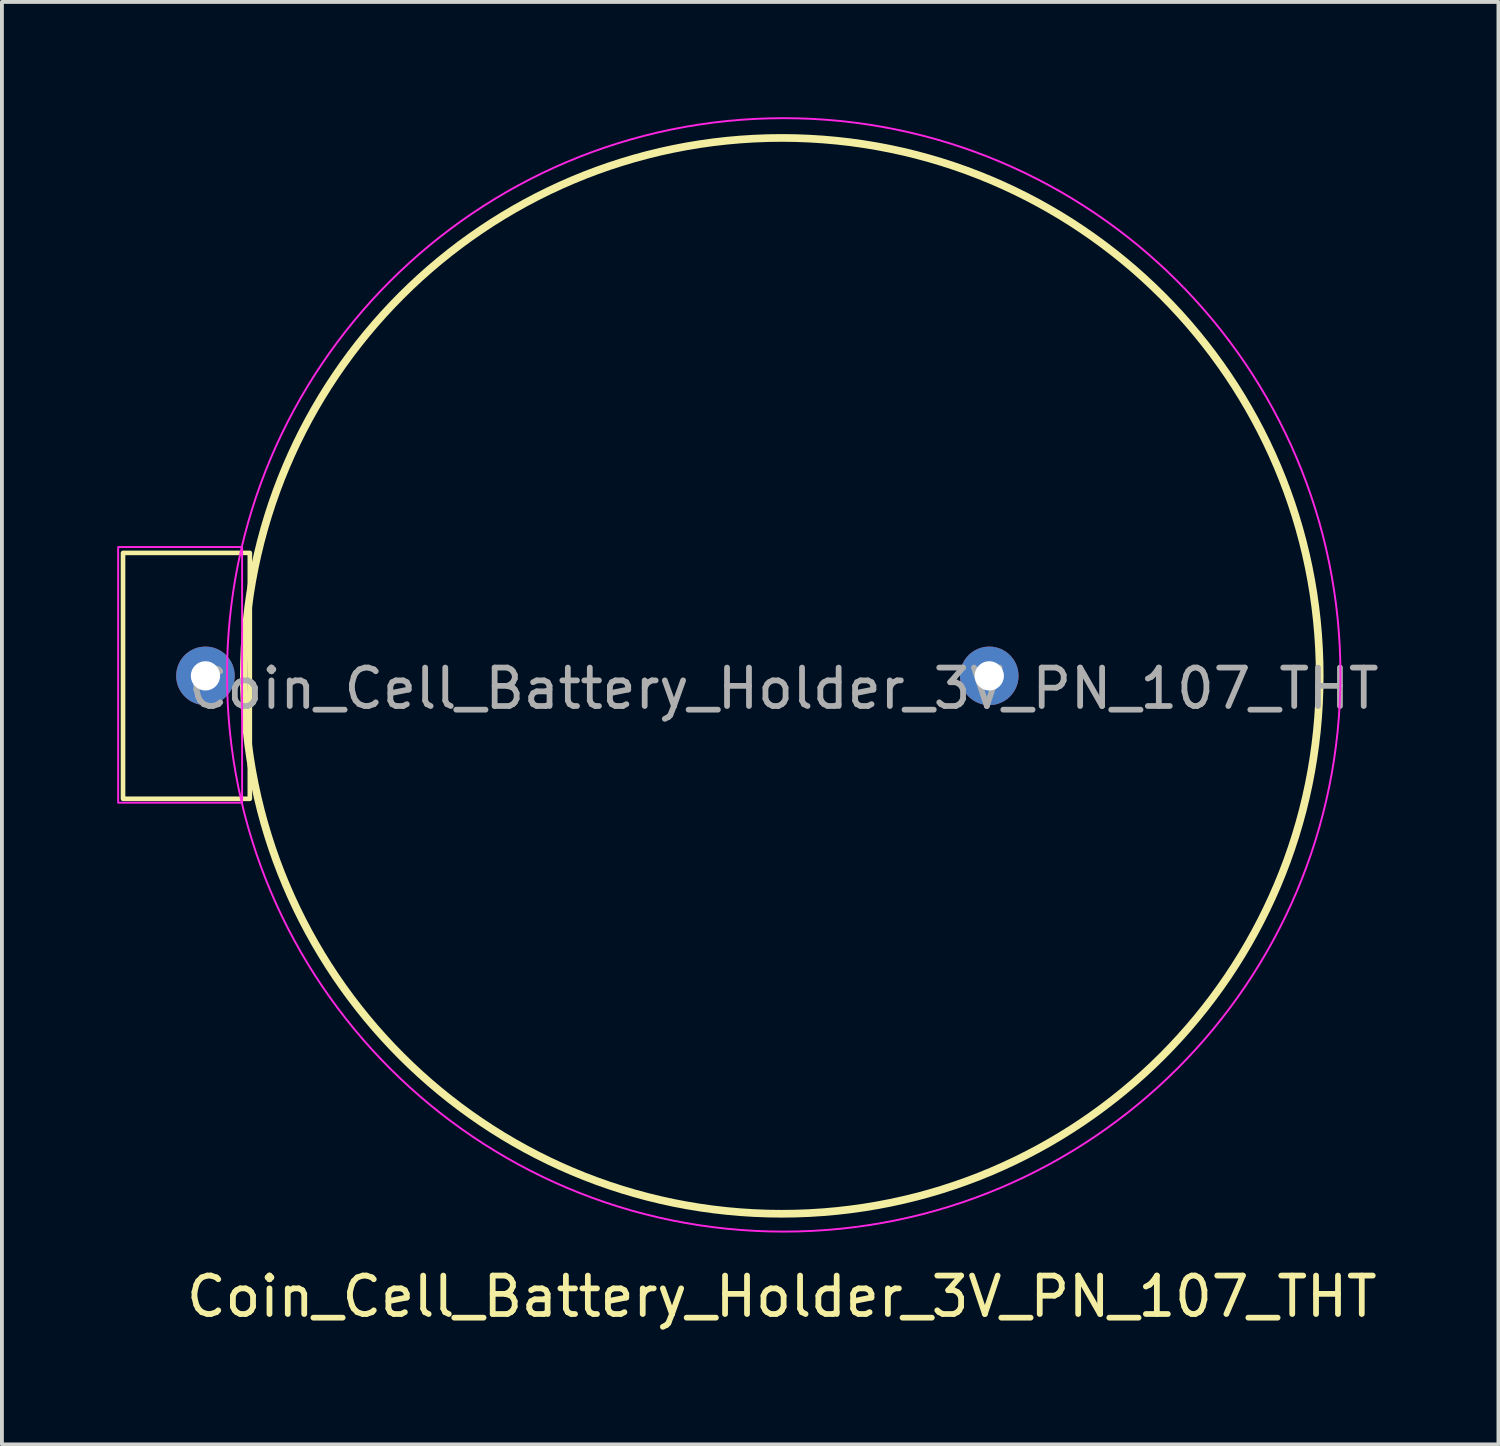
<source format=kicad_pcb>
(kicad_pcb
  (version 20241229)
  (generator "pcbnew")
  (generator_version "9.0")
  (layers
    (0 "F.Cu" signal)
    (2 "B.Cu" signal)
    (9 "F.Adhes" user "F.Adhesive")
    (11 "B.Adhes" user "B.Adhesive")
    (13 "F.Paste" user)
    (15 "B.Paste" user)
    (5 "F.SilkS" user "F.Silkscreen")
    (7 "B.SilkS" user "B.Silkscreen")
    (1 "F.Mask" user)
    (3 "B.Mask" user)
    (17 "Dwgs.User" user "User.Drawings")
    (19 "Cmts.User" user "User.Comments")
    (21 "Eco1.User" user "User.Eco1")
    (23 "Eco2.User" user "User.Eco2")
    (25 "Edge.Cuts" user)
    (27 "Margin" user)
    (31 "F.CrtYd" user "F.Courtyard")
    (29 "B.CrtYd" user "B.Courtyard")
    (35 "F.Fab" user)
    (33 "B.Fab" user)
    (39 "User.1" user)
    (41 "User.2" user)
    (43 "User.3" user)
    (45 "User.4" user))
  (footprint "Coin_Cell_Battery_Holder_3V_PN_107_THT"
    (layer "F.Cu")
    (at 17.297 14.54)
    (property "Reference" "Coin_Cell_Battery_Holder_3V_PN_107_THT" (at 0 16.154 0) (unlocked yes) (layer "F.SilkS") (effects (font (size 1 1) (thickness 0.15))))
    (attr through_hole)
    (fp_rect (start -17.145 -3.2) (end -13.845 3.2) (stroke (width 0.12) (type solid)) (fill no) (layer "F.SilkS"))
    (fp_circle (center 0 0) (end 14 0) (stroke (width 0.2) (type solid)) (fill no) (layer "F.SilkS"))
    (fp_rect (start -17.272 -3.353) (end -14.046 3.302) (stroke (width 0.05) (type solid)) (fill no) (layer "F.CrtYd"))
    (fp_circle (center 0.051 -0.025) (end -7.061 -12.649) (stroke (width 0.05) (type solid)) (fill no) (layer "F.CrtYd"))
    (fp_text user "${REFERENCE}" (at 0.051 0.33 0) (unlocked yes) (layer "F.Fab") (effects (font (size 1 1) (thickness 0.15))))
    (pad "1" thru_hole circle (at -15 0) (size 1.524 1.524) (drill 0.762) (layers "*.Cu" "*.Mask"))
    (pad "2" thru_hole circle (at 5.4 0) (size 1.524 1.524) (drill 0.762) (layers "*.Cu" "*.Mask")))
  (gr_rect
    (start -3 -3)
    (end 35.949 34.542)
    (stroke (width 0.1) (type default))
    (fill no)
    (layer "Edge.Cuts")))
</source>
